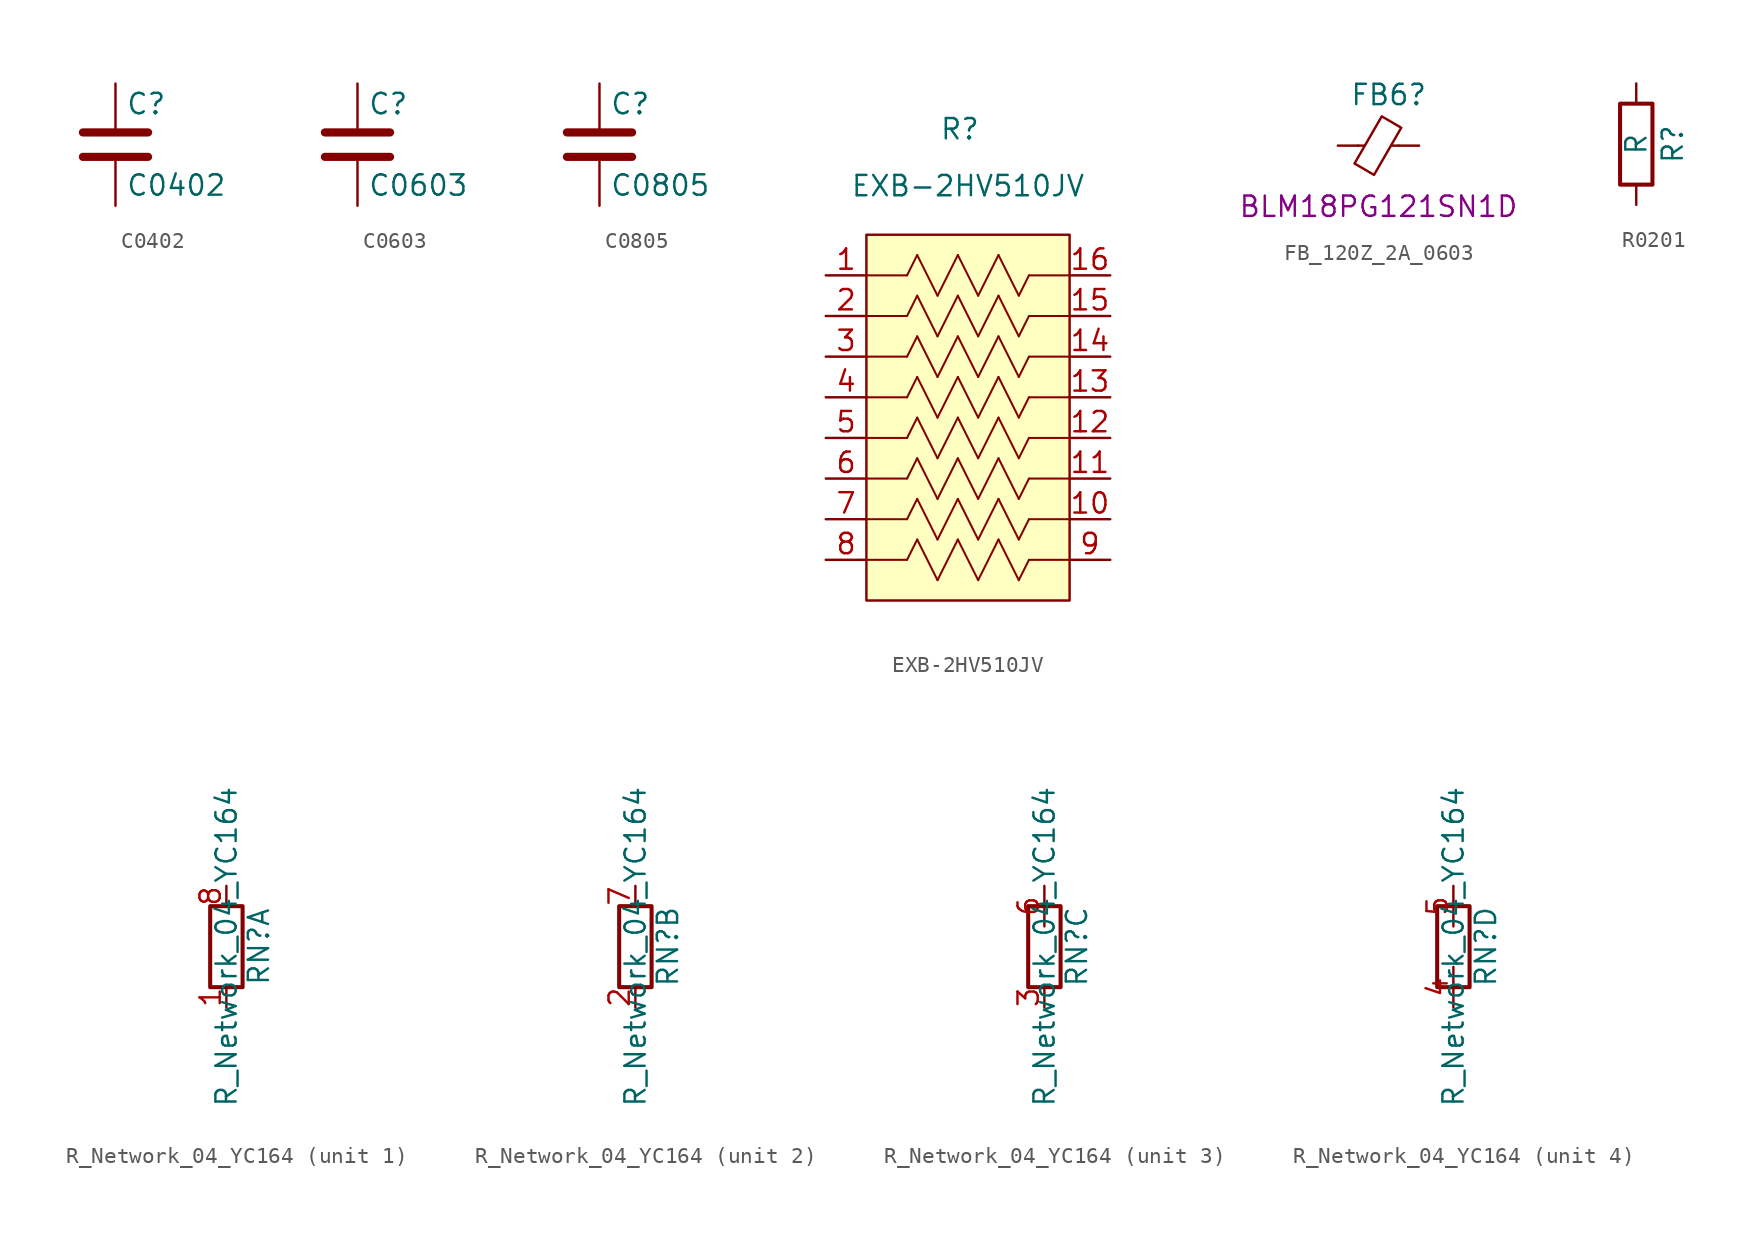
<source format=kicad_sym>
(kicad_symbol_lib
  (version 20231120)
  (generator "kicad_symbol_editor")
  (generator_version "8.0")
  (symbol "C0402"
    (pin_numbers hide)
    (pin_names
      (offset 0.254))
    (property "Reference" "C"
      (at 0.635 2.54 0)
      (effects (font (size 1.27 1.27)) (justify left)))
    (property "Value" "C0402"
      (at 0.635 -2.54 0)
      (effects (font (size 1.27 1.27)) (justify left)))
    (symbol "C0402_0_1"
      (polyline (pts (xy -2.032 -0.762) (xy 2.032 -0.762)) (stroke (width 0.508) (type default)) (fill (type none)))
      (polyline (pts (xy -2.032 0.762) (xy 2.032 0.762)) (stroke (width 0.508) (type default)) (fill (type none))))
    (symbol "C0402_1_1"
      (pin passive line (at 0 3.81 270) (length 2.794) (name "~" (effects (font (size 1.27 1.27)))) (number "1" (effects (font (size 1.27 1.27)))))
      (pin passive line (at 0 -3.81 90) (length 2.794) (name "~" (effects (font (size 1.27 1.27)))) (number "2" (effects (font (size 1.27 1.27)))))))
  (symbol "C0603"
    (pin_numbers hide)
    (pin_names
      (offset 0.254))
    (property "Reference" "C"
      (at 0.635 2.54 0)
      (effects (font (size 1.27 1.27)) (justify left)))
    (property "Value" "C0603"
      (at 0.635 -2.54 0)
      (effects (font (size 1.27 1.27)) (justify left)))
    (symbol "C0603_0_1"
      (polyline (pts (xy -2.032 -0.762) (xy 2.032 -0.762)) (stroke (width 0.508) (type default)) (fill (type none)))
      (polyline (pts (xy -2.032 0.762) (xy 2.032 0.762)) (stroke (width 0.508) (type default)) (fill (type none))))
    (symbol "C0603_1_1"
      (pin passive line (at 0 3.81 270) (length 2.794) (name "~" (effects (font (size 1.27 1.27)))) (number "1" (effects (font (size 1.27 1.27)))))
      (pin passive line (at 0 -3.81 90) (length 2.794) (name "~" (effects (font (size 1.27 1.27)))) (number "2" (effects (font (size 1.27 1.27)))))))
  (symbol "C0805"
    (pin_numbers hide)
    (pin_names
      (offset 0.254))
    (property "Reference" "C"
      (at 0.635 2.54 0)
      (effects (font (size 1.27 1.27)) (justify left)))
    (property "Value" "C0805"
      (at 0.635 -2.54 0)
      (effects (font (size 1.27 1.27)) (justify left)))
    (symbol "C0805_0_1"
      (polyline (pts (xy -2.032 -0.762) (xy 2.032 -0.762)) (stroke (width 0.508) (type default)) (fill (type none)))
      (polyline (pts (xy -2.032 0.762) (xy 2.032 0.762)) (stroke (width 0.508) (type default)) (fill (type none))))
    (symbol "C0805_1_1"
      (pin passive line (at 0 3.81 270) (length 2.794) (name "~" (effects (font (size 1.27 1.27)))) (number "1" (effects (font (size 1.27 1.27)))))
      (pin passive line (at 0 -3.81 90) (length 2.794) (name "~" (effects (font (size 1.27 1.27)))) (number "2" (effects (font (size 1.27 1.27)))))))
  (symbol "EXB-2HV510JV"
    (pin_names
      (offset 0.254) hide)
    (property "Reference" "R"
      (at -0.508 18.034 0)
      (effects (font (size 1.27 1.27))))
    (property "Value" "EXB-2HV510JV"
      (at 0 14.478 0)
      (effects (font (size 1.27 1.27))))
    (symbol "EXB-2HV510JV_0_1"
      (polyline (pts (xy -6.35 -8.89) (xy -3.81 -8.89)) (stroke (width 0.127) (type default)) (fill (type none)))
      (polyline (pts (xy -6.35 -6.35) (xy -3.81 -6.35)) (stroke (width 0.127) (type default)) (fill (type none)))
      (polyline (pts (xy -6.35 -3.81) (xy -3.81 -3.81)) (stroke (width 0.127) (type default)) (fill (type none)))
      (polyline (pts (xy -6.35 -1.27) (xy -3.81 -1.27)) (stroke (width 0.127) (type default)) (fill (type none)))
      (polyline (pts (xy -6.35 1.27) (xy -3.81 1.27)) (stroke (width 0.127) (type default)) (fill (type none)))
      (polyline (pts (xy -6.35 3.81) (xy -3.81 3.81)) (stroke (width 0.127) (type default)) (fill (type none)))
      (polyline (pts (xy -6.35 6.35) (xy -3.81 6.35)) (stroke (width 0.127) (type default)) (fill (type none)))
      (polyline (pts (xy -6.35 8.89) (xy -3.81 8.89)) (stroke (width 0.127) (type default)) (fill (type none)))
      (polyline (pts (xy -3.81 -8.89) (xy -3.175 -7.62)) (stroke (width 0.127) (type default)) (fill (type none)))
      (polyline (pts (xy -3.81 -6.35) (xy -3.175 -5.08)) (stroke (width 0.127) (type default)) (fill (type none)))
      (polyline (pts (xy -3.81 -3.81) (xy -3.175 -2.54)) (stroke (width 0.127) (type default)) (fill (type none)))
      (polyline (pts (xy -3.81 -1.27) (xy -3.175 0)) (stroke (width 0.127) (type default)) (fill (type none)))
      (polyline (pts (xy -3.81 1.27) (xy -3.175 2.54)) (stroke (width 0.127) (type default)) (fill (type none)))
      (polyline (pts (xy -3.81 3.81) (xy -3.175 5.08)) (stroke (width 0.127) (type default)) (fill (type none)))
      (polyline (pts (xy -3.81 6.35) (xy -3.175 7.62)) (stroke (width 0.127) (type default)) (fill (type none)))
      (polyline (pts (xy -3.81 8.89) (xy -3.175 10.16)) (stroke (width 0.127) (type default)) (fill (type none)))
      (polyline (pts (xy -3.175 -7.62) (xy -1.905 -10.16)) (stroke (width 0.127) (type default)) (fill (type none)))
      (polyline (pts (xy -3.175 -5.08) (xy -1.905 -7.62)) (stroke (width 0.127) (type default)) (fill (type none)))
      (polyline (pts (xy -3.175 -2.54) (xy -1.905 -5.08)) (stroke (width 0.127) (type default)) (fill (type none)))
      (polyline (pts (xy -3.175 0) (xy -1.905 -2.54)) (stroke (width 0.127) (type default)) (fill (type none)))
      (polyline (pts (xy -3.175 2.54) (xy -1.905 0)) (stroke (width 0.127) (type default)) (fill (type none)))
      (polyline (pts (xy -3.175 5.08) (xy -1.905 2.54)) (stroke (width 0.127) (type default)) (fill (type none)))
      (polyline (pts (xy -3.175 7.62) (xy -1.905 5.08)) (stroke (width 0.127) (type default)) (fill (type none)))
      (polyline (pts (xy -3.175 10.16) (xy -1.905 7.62)) (stroke (width 0.127) (type default)) (fill (type none)))
      (polyline (pts (xy -1.905 -10.16) (xy -0.635 -7.62)) (stroke (width 0.127) (type default)) (fill (type none)))
      (polyline (pts (xy -1.905 -7.62) (xy -0.635 -5.08)) (stroke (width 0.127) (type default)) (fill (type none)))
      (polyline (pts (xy -1.905 -5.08) (xy -0.635 -2.54)) (stroke (width 0.127) (type default)) (fill (type none)))
      (polyline (pts (xy -1.905 -2.54) (xy -0.635 0)) (stroke (width 0.127) (type default)) (fill (type none)))
      (polyline (pts (xy -1.905 0) (xy -0.635 2.54)) (stroke (width 0.127) (type default)) (fill (type none)))
      (polyline (pts (xy -1.905 2.54) (xy -0.635 5.08)) (stroke (width 0.127) (type default)) (fill (type none)))
      (polyline (pts (xy -1.905 5.08) (xy -0.635 7.62)) (stroke (width 0.127) (type default)) (fill (type none)))
      (polyline (pts (xy -1.905 7.62) (xy -0.635 10.16)) (stroke (width 0.127) (type default)) (fill (type none)))
      (polyline (pts (xy -0.635 -7.62) (xy 0.635 -10.16)) (stroke (width 0.127) (type default)) (fill (type none)))
      (polyline (pts (xy -0.635 -5.08) (xy 0.635 -7.62)) (stroke (width 0.127) (type default)) (fill (type none)))
      (polyline (pts (xy -0.635 -2.54) (xy 0.635 -5.08)) (stroke (width 0.127) (type default)) (fill (type none)))
      (polyline (pts (xy -0.635 0) (xy 0.635 -2.54)) (stroke (width 0.127) (type default)) (fill (type none)))
      (polyline (pts (xy -0.635 2.54) (xy 0.635 0)) (stroke (width 0.127) (type default)) (fill (type none)))
      (polyline (pts (xy -0.635 5.08) (xy 0.635 2.54)) (stroke (width 0.127) (type default)) (fill (type none)))
      (polyline (pts (xy -0.635 7.62) (xy 0.635 5.08)) (stroke (width 0.127) (type default)) (fill (type none)))
      (polyline (pts (xy -0.635 10.16) (xy 0.635 7.62)) (stroke (width 0.127) (type default)) (fill (type none)))
      (polyline (pts (xy 0.635 -10.16) (xy 1.905 -7.62)) (stroke (width 0.127) (type default)) (fill (type none)))
      (polyline (pts (xy 0.635 -7.62) (xy 1.905 -5.08)) (stroke (width 0.127) (type default)) (fill (type none)))
      (polyline (pts (xy 0.635 -5.08) (xy 1.905 -2.54)) (stroke (width 0.127) (type default)) (fill (type none)))
      (polyline (pts (xy 0.635 -2.54) (xy 1.905 0)) (stroke (width 0.127) (type default)) (fill (type none)))
      (polyline (pts (xy 0.635 0) (xy 1.905 2.54)) (stroke (width 0.127) (type default)) (fill (type none)))
      (polyline (pts (xy 0.635 2.54) (xy 1.905 5.08)) (stroke (width 0.127) (type default)) (fill (type none)))
      (polyline (pts (xy 0.635 5.08) (xy 1.905 7.62)) (stroke (width 0.127) (type default)) (fill (type none)))
      (polyline (pts (xy 0.635 7.62) (xy 1.905 10.16)) (stroke (width 0.127) (type default)) (fill (type none)))
      (polyline (pts (xy 1.905 -7.62) (xy 3.175 -10.16)) (stroke (width 0.127) (type default)) (fill (type none)))
      (polyline (pts (xy 1.905 -5.08) (xy 3.175 -7.62)) (stroke (width 0.127) (type default)) (fill (type none)))
      (polyline (pts (xy 1.905 -2.54) (xy 3.175 -5.08)) (stroke (width 0.127) (type default)) (fill (type none)))
      (polyline (pts (xy 1.905 0) (xy 3.175 -2.54)) (stroke (width 0.127) (type default)) (fill (type none)))
      (polyline (pts (xy 1.905 2.54) (xy 3.175 0)) (stroke (width 0.127) (type default)) (fill (type none)))
      (polyline (pts (xy 1.905 5.08) (xy 3.175 2.54)) (stroke (width 0.127) (type default)) (fill (type none)))
      (polyline (pts (xy 1.905 7.62) (xy 3.175 5.08)) (stroke (width 0.127) (type default)) (fill (type none)))
      (polyline (pts (xy 1.905 10.16) (xy 3.175 7.62)) (stroke (width 0.127) (type default)) (fill (type none)))
      (polyline (pts (xy 3.175 -10.16) (xy 3.81 -8.89)) (stroke (width 0.127) (type default)) (fill (type none)))
      (polyline (pts (xy 3.175 -7.62) (xy 3.81 -6.35)) (stroke (width 0.127) (type default)) (fill (type none)))
      (polyline (pts (xy 3.175 -5.08) (xy 3.81 -3.81)) (stroke (width 0.127) (type default)) (fill (type none)))
      (polyline (pts (xy 3.175 -2.54) (xy 3.81 -1.27)) (stroke (width 0.127) (type default)) (fill (type none)))
      (polyline (pts (xy 3.175 0) (xy 3.81 1.27)) (stroke (width 0.127) (type default)) (fill (type none)))
      (polyline (pts (xy 3.175 2.54) (xy 3.81 3.81)) (stroke (width 0.127) (type default)) (fill (type none)))
      (polyline (pts (xy 3.175 5.08) (xy 3.81 6.35)) (stroke (width 0.127) (type default)) (fill (type none)))
      (polyline (pts (xy 3.175 7.62) (xy 3.81 8.89)) (stroke (width 0.127) (type default)) (fill (type none)))
      (polyline (pts (xy 3.81 -8.89) (xy 6.35 -8.89)) (stroke (width 0.127) (type default)) (fill (type none)))
      (polyline (pts (xy 3.81 -6.35) (xy 6.35 -6.35)) (stroke (width 0.127) (type default)) (fill (type none)))
      (polyline (pts (xy 3.81 -3.81) (xy 6.35 -3.81)) (stroke (width 0.127) (type default)) (fill (type none)))
      (polyline (pts (xy 3.81 -1.27) (xy 6.35 -1.27)) (stroke (width 0.127) (type default)) (fill (type none)))
      (polyline (pts (xy 3.81 1.27) (xy 6.35 1.27)) (stroke (width 0.127) (type default)) (fill (type none)))
      (polyline (pts (xy 3.81 3.81) (xy 6.35 3.81)) (stroke (width 0.127) (type default)) (fill (type none)))
      (polyline (pts (xy 3.81 6.35) (xy 6.35 6.35)) (stroke (width 0.127) (type default)) (fill (type none)))
      (polyline (pts (xy 3.81 8.89) (xy 6.35 8.89)) (stroke (width 0.127) (type default)) (fill (type none)))
      (pin unspecified line (at -8.89 8.89 0) (length 2.54) (name "1" (effects (font (size 1.27 1.27)))) (number "1" (effects (font (size 1.27 1.27)))))
      (pin unspecified line (at 8.89 -6.35 180) (length 2.54) (name "10" (effects (font (size 1.27 1.27)))) (number "10" (effects (font (size 1.27 1.27)))))
      (pin unspecified line (at 8.89 -3.81 180) (length 2.54) (name "11" (effects (font (size 1.27 1.27)))) (number "11" (effects (font (size 1.27 1.27)))))
      (pin unspecified line (at 8.89 -1.27 180) (length 2.54) (name "12" (effects (font (size 1.27 1.27)))) (number "12" (effects (font (size 1.27 1.27)))))
      (pin unspecified line (at 8.89 1.27 180) (length 2.54) (name "13" (effects (font (size 1.27 1.27)))) (number "13" (effects (font (size 1.27 1.27)))))
      (pin unspecified line (at 8.89 3.81 180) (length 2.54) (name "14" (effects (font (size 1.27 1.27)))) (number "14" (effects (font (size 1.27 1.27)))))
      (pin unspecified line (at 8.89 6.35 180) (length 2.54) (name "15" (effects (font (size 1.27 1.27)))) (number "15" (effects (font (size 1.27 1.27)))))
      (pin unspecified line (at 8.89 8.89 180) (length 2.54) (name "16" (effects (font (size 1.27 1.27)))) (number "16" (effects (font (size 1.27 1.27)))))
      (pin unspecified line (at -8.89 6.35 0) (length 2.54) (name "2" (effects (font (size 1.27 1.27)))) (number "2" (effects (font (size 1.27 1.27)))))
      (pin unspecified line (at -8.89 3.81 0) (length 2.54) (name "3" (effects (font (size 1.27 1.27)))) (number "3" (effects (font (size 1.27 1.27)))))
      (pin unspecified line (at -8.89 1.27 0) (length 2.54) (name "4" (effects (font (size 1.27 1.27)))) (number "4" (effects (font (size 1.27 1.27)))))
      (pin unspecified line (at -8.89 -1.27 0) (length 2.54) (name "5" (effects (font (size 1.27 1.27)))) (number "5" (effects (font (size 1.27 1.27)))))
      (pin unspecified line (at -8.89 -3.81 0) (length 2.54) (name "6" (effects (font (size 1.27 1.27)))) (number "6" (effects (font (size 1.27 1.27)))))
      (pin unspecified line (at -8.89 -6.35 0) (length 2.54) (name "7" (effects (font (size 1.27 1.27)))) (number "7" (effects (font (size 1.27 1.27)))))
      (pin unspecified line (at -8.89 -8.89 0) (length 2.54) (name "8" (effects (font (size 1.27 1.27)))) (number "8" (effects (font (size 1.27 1.27)))))
      (pin unspecified line (at 8.89 -8.89 180) (length 2.54) (name "9" (effects (font (size 1.27 1.27)))) (number "9" (effects (font (size 1.27 1.27))))))
    (symbol "EXB-2HV510JV_1_1"
      (rectangle (start -6.35 11.43) (end 6.35 -11.43) (stroke (width 0) (type default)) (fill (type background)))))
  (symbol "FB_120Z_2A_0603"
    (pin_numbers hide)
    (pin_names hide)
    (property "Reference" "FB6"
      (at 3.175 3.175 0)
      (effects (font (size 1.27 1.27))))
    (property "MPN" "BLM18PG121SN1D"
      (at 2.54 -3.81 0)
      (effects (font (size 1.27 1.27) (thickness 0.15))))
    (symbol "FB_120Z_2A_0603_0_1"
      (polyline (pts (xy 1.651 0) (xy 1.245 0)) (stroke (width 0) (type default)) (fill (type none)))
      (polyline (pts (xy 3.81 0) (xy 3.327 0)) (stroke (width 0) (type default)) (fill (type none)))
      (polyline (pts (xy 2.261 -1.829) (xy 1.041 -1.118) (xy 2.743 1.829) (xy 3.962 1.118) (xy 2.261 -1.829)) (stroke (width 0) (type default)) (fill (type none))))
    (symbol "FB_120Z_2A_0603_1_1"
      (pin passive line (at 0 0 0) (length 1.27) (name "~" (effects (font (size 1.27 1.27)))) (number "1" (effects (font (size 1.27 1.27)))))
      (pin passive line (at 5.08 0 180) (length 1.27) (name "~" (effects (font (size 1.27 1.27)))) (number "2" (effects (font (size 1.27 1.27)))))))
  (symbol "R0201"
    (pin_numbers hide)
    (pin_names
      (offset 0))
    (property "Reference" "R"
      (at 2.286 0 90)
      (effects (font (size 1.27 1.27))))
    (property "Value" "R"
      (at 0 0 90)
      (effects (font (size 1.27 1.27))))
    (symbol "R0201_0_1"
      (rectangle (start -1.016 2.54) (end 1.016 -2.54) (stroke (width 0.254) (type default)) (fill (type none))))
    (symbol "R0201_1_1"
      (pin passive line (at 0 3.81 270) (length 1.27) (name "~" (effects (font (size 1.27 1.27)))) (number "1" (effects (font (size 1.27 1.27)))))
      (pin passive line (at 0 -3.81 90) (length 1.27) (name "~" (effects (font (size 1.27 1.27)))) (number "2" (effects (font (size 1.27 1.27)))))))
  (symbol "R_Network_04_YC164"
    (pin_names
      (offset 0) hide)
    (property "Reference" "RN"
      (at 2.032 0 90)
      (effects (font (size 1.27 1.27))))
    (property "Value" "R_Network_04_YC164"
      (at 0 0 90)
      (effects (font (size 1.27 1.27))))
    (symbol "R_Network_04_YC164_0_1"
      (rectangle (start -1.016 2.54) (end 1.016 -2.54) (stroke (width 0.254) (type default)) (fill (type color) (color 255 255 255 1))))
    (symbol "R_Network_04_YC164_1_1"
      (pin passive line (at 0 -3.81 90) (length 1.27) (name "R1.1" (effects (font (size 1.27 1.27)))) (number "1" (effects (font (size 1.27 1.27)))))
      (pin passive line (at 0 3.81 270) (length 1.27) (name "R1.2" (effects (font (size 1.27 1.27)))) (number "8" (effects (font (size 1.27 1.27))))))
    (symbol "R_Network_04_YC164_2_1"
      (pin passive line (at 0 -3.81 90) (length 1.27) (name "R2.1" (effects (font (size 1.27 1.27)))) (number "2" (effects (font (size 1.27 1.27)))))
      (pin passive line (at 0 3.81 270) (length 1.27) (name "R2.2" (effects (font (size 1.27 1.27)))) (number "7" (effects (font (size 1.27 1.27))))))
    (symbol "R_Network_04_YC164_3_0"
      (pin passive line (at 0 3.81 270) (length 2.54) (name "R3.2" (effects (font (size 1.27 1.27)))) (number "6" (effects (font (size 1.27 1.27))))))
    (symbol "R_Network_04_YC164_3_1"
      (pin passive line (at 0 -3.81 90) (length 1.27) (name "R3.1" (effects (font (size 1.27 1.27)))) (number "3" (effects (font (size 1.27 1.27))))))
    (symbol "R_Network_04_YC164_4_0"
      (pin passive line (at 0 -3.81 90) (length 2.54) (name "R4.1" (effects (font (size 1.27 1.27)))) (number "4" (effects (font (size 1.27 1.27)))))
      (pin passive line (at 0 3.81 270) (length 2.54) (name "R4.2" (effects (font (size 1.27 1.27)))) (number "5" (effects (font (size 1.27 1.27))))))))
</source>
